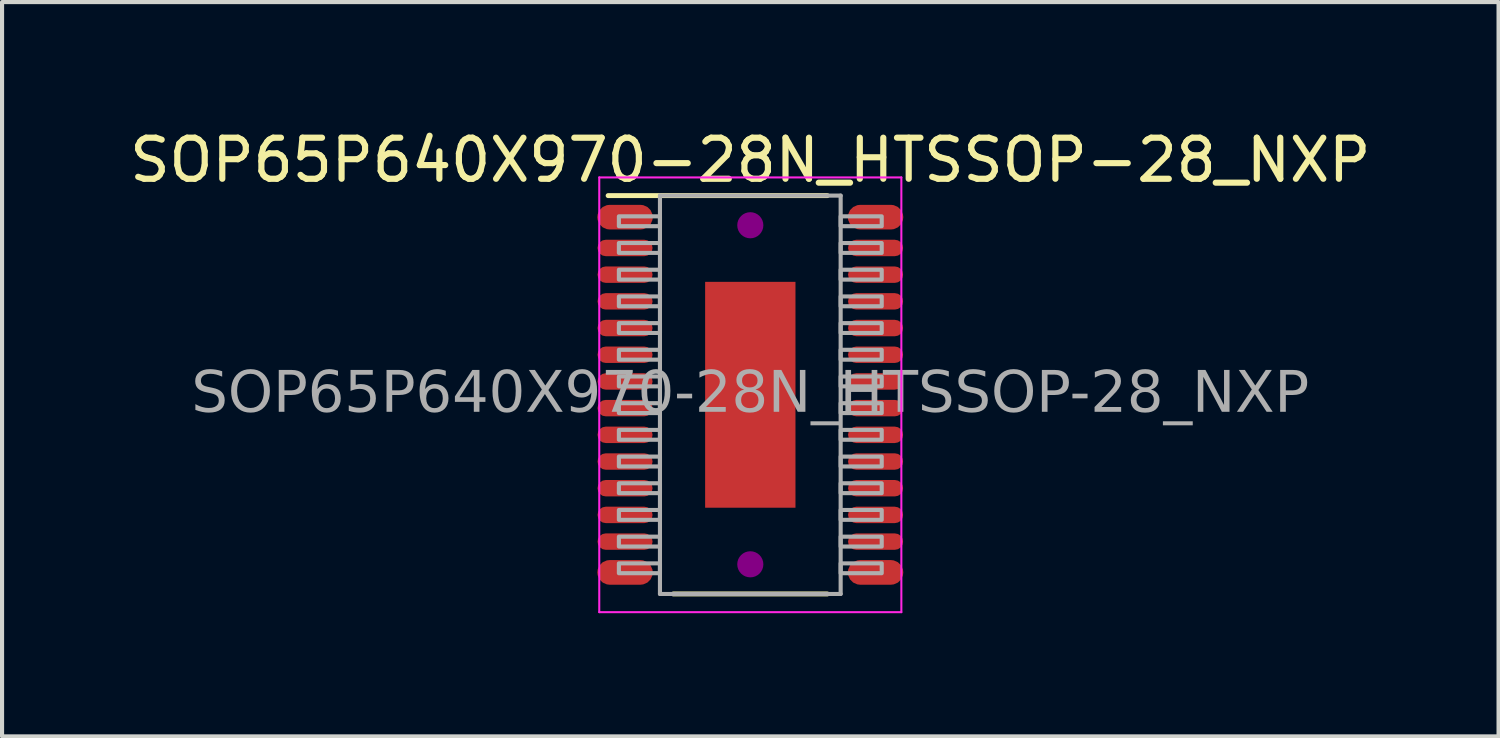
<source format=kicad_pcb>
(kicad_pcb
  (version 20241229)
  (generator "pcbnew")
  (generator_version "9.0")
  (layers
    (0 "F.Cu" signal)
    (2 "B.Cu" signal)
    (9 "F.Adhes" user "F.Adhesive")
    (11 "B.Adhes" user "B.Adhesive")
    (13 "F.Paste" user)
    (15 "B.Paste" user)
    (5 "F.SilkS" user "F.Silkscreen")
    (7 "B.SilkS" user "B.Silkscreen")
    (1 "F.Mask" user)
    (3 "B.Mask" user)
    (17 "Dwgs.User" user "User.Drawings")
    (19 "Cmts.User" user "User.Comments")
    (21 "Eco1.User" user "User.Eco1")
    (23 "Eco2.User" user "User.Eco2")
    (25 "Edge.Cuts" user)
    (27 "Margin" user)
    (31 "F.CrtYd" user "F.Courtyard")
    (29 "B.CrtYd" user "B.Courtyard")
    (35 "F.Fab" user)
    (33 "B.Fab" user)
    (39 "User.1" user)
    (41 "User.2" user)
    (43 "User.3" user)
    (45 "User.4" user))
  (footprint "SOP65P640X970-28N_HTSSOP-28_NXP"
    (layer "F.Cu")
    (at 15.22 6.563)
    (property "Reference" "SOP65P640X970-28N_HTSSOP-28_NXP" (at 0 -5.715 180) (layer "F.SilkS") (effects (font (size 1 1) (thickness 0.15))))
    (attr smd)
    (fp_line (start -3.462 -4.85) (end 1.875 -4.85) (stroke (width 0.12) (type solid)) (layer "F.SilkS"))
    (fp_line (start -1.875 4.85) (end 1.875 4.85) (stroke (width 0.12) (type solid)) (layer "F.SilkS"))
    (fp_circle (center 0 -4.128) (end 0.318 -4.128) (stroke (width 0) (type solid)) (fill yes) (layer "F.Adhes"))
    (fp_circle (center 0 4.128) (end 0.318 4.128) (stroke (width 0) (type solid)) (fill yes) (layer "F.Adhes"))
    (fp_circle (center -1.292 -3.9) (end -0.975 -3.9) (stroke (width 0.1) (type solid)) (fill no) (layer "Eco2.User"))
    (fp_line (start -3.678 -5.293) (end 3.678 -5.293) (stroke (width 0.05) (type solid)) (layer "F.CrtYd"))
    (fp_line (start -3.678 5.293) (end -3.678 -5.293) (stroke (width 0.05) (type solid)) (layer "F.CrtYd"))
    (fp_line (start 3.678 -5.293) (end 3.678 5.293) (stroke (width 0.05) (type solid)) (layer "F.CrtYd"))
    (fp_line (start 3.678 5.293) (end -3.678 5.293) (stroke (width 0.05) (type solid)) (layer "F.CrtYd"))
    (fp_line (start -2.2 -4.85) (end 2.2 -4.85) (stroke (width 0.1) (type solid)) (layer "F.Fab"))
    (fp_line (start -2.2 4.85) (end -2.2 -4.85) (stroke (width 0.1) (type solid)) (layer "F.Fab"))
    (fp_line (start 2.2 -4.85) (end 2.2 4.85) (stroke (width 0.1) (type solid)) (layer "F.Fab"))
    (fp_line (start 2.2 4.85) (end -2.2 4.85) (stroke (width 0.1) (type solid)) (layer "F.Fab"))
    (fp_rect (start -3.2 -4.105) (end -2.2 -4.345) (stroke (width 0.1) (type solid)) (fill no) (layer "F.Fab"))
    (fp_rect (start -3.2 -3.455) (end -2.2 -3.695) (stroke (width 0.1) (type solid)) (fill no) (layer "F.Fab"))
    (fp_rect (start -3.2 -2.805) (end -2.2 -3.045) (stroke (width 0.1) (type solid)) (fill no) (layer "F.Fab"))
    (fp_rect (start -3.2 -2.155) (end -2.2 -2.395) (stroke (width 0.1) (type solid)) (fill no) (layer "F.Fab"))
    (fp_rect (start -3.2 -1.505) (end -2.2 -1.745) (stroke (width 0.1) (type solid)) (fill no) (layer "F.Fab"))
    (fp_rect (start -3.2 -0.855) (end -2.2 -1.095) (stroke (width 0.1) (type solid)) (fill no) (layer "F.Fab"))
    (fp_rect (start -3.2 -0.205) (end -2.2 -0.445) (stroke (width 0.1) (type solid)) (fill no) (layer "F.Fab"))
    (fp_rect (start -3.2 0.445) (end -2.2 0.205) (stroke (width 0.1) (type solid)) (fill no) (layer "F.Fab"))
    (fp_rect (start -3.2 1.095) (end -2.2 0.855) (stroke (width 0.1) (type solid)) (fill no) (layer "F.Fab"))
    (fp_rect (start -3.2 1.745) (end -2.2 1.505) (stroke (width 0.1) (type solid)) (fill no) (layer "F.Fab"))
    (fp_rect (start -3.2 2.395) (end -2.2 2.155) (stroke (width 0.1) (type solid)) (fill no) (layer "F.Fab"))
    (fp_rect (start -3.2 3.045) (end -2.2 2.805) (stroke (width 0.1) (type solid)) (fill no) (layer "F.Fab"))
    (fp_rect (start -3.2 3.695) (end -2.2 3.455) (stroke (width 0.1) (type solid)) (fill no) (layer "F.Fab"))
    (fp_rect (start -3.2 4.345) (end -2.2 4.105) (stroke (width 0.1) (type solid)) (fill no) (layer "F.Fab"))
    (fp_rect (start 3.2 -4.345) (end 2.2 -4.105) (stroke (width 0.1) (type solid)) (fill no) (layer "F.Fab"))
    (fp_rect (start 3.2 -3.695) (end 2.2 -3.455) (stroke (width 0.1) (type solid)) (fill no) (layer "F.Fab"))
    (fp_rect (start 3.2 -3.045) (end 2.2 -2.805) (stroke (width 0.1) (type solid)) (fill no) (layer "F.Fab"))
    (fp_rect (start 3.2 -2.395) (end 2.2 -2.155) (stroke (width 0.1) (type solid)) (fill no) (layer "F.Fab"))
    (fp_rect (start 3.2 -1.745) (end 2.2 -1.505) (stroke (width 0.1) (type solid)) (fill no) (layer "F.Fab"))
    (fp_rect (start 3.2 -1.095) (end 2.2 -0.855) (stroke (width 0.1) (type solid)) (fill no) (layer "F.Fab"))
    (fp_rect (start 3.2 -0.445) (end 2.2 -0.205) (stroke (width 0.1) (type solid)) (fill no) (layer "F.Fab"))
    (fp_rect (start 3.2 0.205) (end 2.2 0.445) (stroke (width 0.1) (type solid)) (fill no) (layer "F.Fab"))
    (fp_rect (start 3.2 0.855) (end 2.2 1.095) (stroke (width 0.1) (type solid)) (fill no) (layer "F.Fab"))
    (fp_rect (start 3.2 1.505) (end 2.2 1.745) (stroke (width 0.1) (type solid)) (fill no) (layer "F.Fab"))
    (fp_rect (start 3.2 2.155) (end 2.2 2.395) (stroke (width 0.1) (type solid)) (fill no) (layer "F.Fab"))
    (fp_rect (start 3.2 2.805) (end 2.2 3.045) (stroke (width 0.1) (type solid)) (fill no) (layer "F.Fab"))
    (fp_rect (start 3.2 3.455) (end 2.2 3.695) (stroke (width 0.1) (type solid)) (fill no) (layer "F.Fab"))
    (fp_rect (start 3.2 4.105) (end 2.2 4.345) (stroke (width 0.1) (type solid)) (fill no) (layer "F.Fab"))
    (fp_text user "${REFERENCE}" (at 0 0 0) (layer "F.Fab") (effects (font (face "Tahoma") (size 1 1) (thickness 0.15))))
    (pad "1" smd roundrect (at -3.05 -4.325 270) (size 0.6 1.35) (layers "F.Cu" "F.Mask" "F.Paste") (roundrect_rratio 0.5))
    (pad "2" smd roundrect (at -3.05 -3.575 270) (size 0.4 1.34) (layers "F.Cu" "F.Mask" "F.Paste") (roundrect_rratio 0.5))
    (pad "3" smd roundrect (at -3.05 -2.925 270) (size 0.4 1.34) (layers "F.Cu" "F.Mask" "F.Paste") (roundrect_rratio 0.5))
    (pad "4" smd roundrect (at -3.05 -2.275 270) (size 0.4 1.34) (layers "F.Cu" "F.Mask" "F.Paste") (roundrect_rratio 0.5))
    (pad "5" smd roundrect (at -3.05 -1.625 270) (size 0.4 1.34) (layers "F.Cu" "F.Mask" "F.Paste") (roundrect_rratio 0.5))
    (pad "6" smd roundrect (at -3.05 -0.975 270) (size 0.4 1.34) (layers "F.Cu" "F.Mask" "F.Paste") (roundrect_rratio 0.5))
    (pad "7" smd roundrect (at -3.05 -0.325 270) (size 0.4 1.34) (layers "F.Cu" "F.Mask" "F.Paste") (roundrect_rratio 0.5))
    (pad "8" smd roundrect (at -3.05 0.325 270) (size 0.4 1.34) (layers "F.Cu" "F.Mask" "F.Paste") (roundrect_rratio 0.5))
    (pad "9" smd roundrect (at -3.05 0.975 270) (size 0.4 1.34) (layers "F.Cu" "F.Mask" "F.Paste") (roundrect_rratio 0.5))
    (pad "10" smd roundrect (at -3.05 1.625 270) (size 0.4 1.34) (layers "F.Cu" "F.Mask" "F.Paste") (roundrect_rratio 0.5))
    (pad "11" smd roundrect (at -3.05 2.275 270) (size 0.4 1.34) (layers "F.Cu" "F.Mask" "F.Paste") (roundrect_rratio 0.5))
    (pad "12" smd roundrect (at -3.05 2.925 270) (size 0.4 1.34) (layers "F.Cu" "F.Mask" "F.Paste") (roundrect_rratio 0.5))
    (pad "13" smd roundrect (at -3.05 3.575 270) (size 0.4 1.34) (layers "F.Cu" "F.Mask" "F.Paste") (roundrect_rratio 0.5))
    (pad "14" smd roundrect (at -3.05 4.325 270) (size 0.6 1.35) (layers "F.Cu" "F.Mask" "F.Paste") (roundrect_rratio 0.5))
    (pad "15" smd roundrect (at 3.05 4.325 270) (size 0.6 1.35) (layers "F.Cu" "F.Mask" "F.Paste") (roundrect_rratio 0.5))
    (pad "16" smd roundrect (at 3.05 3.575 270) (size 0.4 1.34) (layers "F.Cu" "F.Mask" "F.Paste") (roundrect_rratio 0.5))
    (pad "17" smd roundrect (at 3.05 2.925 270) (size 0.4 1.34) (layers "F.Cu" "F.Mask" "F.Paste") (roundrect_rratio 0.5))
    (pad "18" smd roundrect (at 3.05 2.275 270) (size 0.4 1.34) (layers "F.Cu" "F.Mask" "F.Paste") (roundrect_rratio 0.5))
    (pad "19" smd roundrect (at 3.05 1.625 270) (size 0.4 1.34) (layers "F.Cu" "F.Mask" "F.Paste") (roundrect_rratio 0.5))
    (pad "20" smd roundrect (at 3.05 0.975 270) (size 0.4 1.34) (layers "F.Cu" "F.Mask" "F.Paste") (roundrect_rratio 0.5))
    (pad "21" smd roundrect (at 3.05 0.325 270) (size 0.4 1.34) (layers "F.Cu" "F.Mask" "F.Paste") (roundrect_rratio 0.5))
    (pad "22" smd roundrect (at 3.05 -0.325 270) (size 0.4 1.34) (layers "F.Cu" "F.Mask" "F.Paste") (roundrect_rratio 0.5))
    (pad "23" smd roundrect (at 3.05 -0.975 270) (size 0.4 1.34) (layers "F.Cu" "F.Mask" "F.Paste") (roundrect_rratio 0.5))
    (pad "24" smd roundrect (at 3.05 -1.625 270) (size 0.4 1.34) (layers "F.Cu" "F.Mask" "F.Paste") (roundrect_rratio 0.5))
    (pad "25" smd roundrect (at 3.05 -2.275 270) (size 0.4 1.34) (layers "F.Cu" "F.Mask" "F.Paste") (roundrect_rratio 0.5))
    (pad "26" smd roundrect (at 3.05 -2.925 270) (size 0.4 1.34) (layers "F.Cu" "F.Mask" "F.Paste") (roundrect_rratio 0.5))
    (pad "27" smd roundrect (at 3.05 -3.575 270) (size 0.4 1.34) (layers "F.Cu" "F.Mask" "F.Paste") (roundrect_rratio 0.5))
    (pad "28" smd roundrect (at 3.05 -4.325 270) (size 0.6 1.35) (layers "F.Cu" "F.Mask" "F.Paste") (roundrect_rratio 0.5))
    (pad "29" smd rect (at 0 0) (size 2.2 5.5) (property pad_prop_heatsink) (layers "F.Cu" "F.Mask" "F.Paste")))
  (gr_rect
    (start -3 -3)
    (end 33.44 14.881)
    (stroke (width 0.1) (type default))
    (fill no)
    (layer "Edge.Cuts")))
</source>
